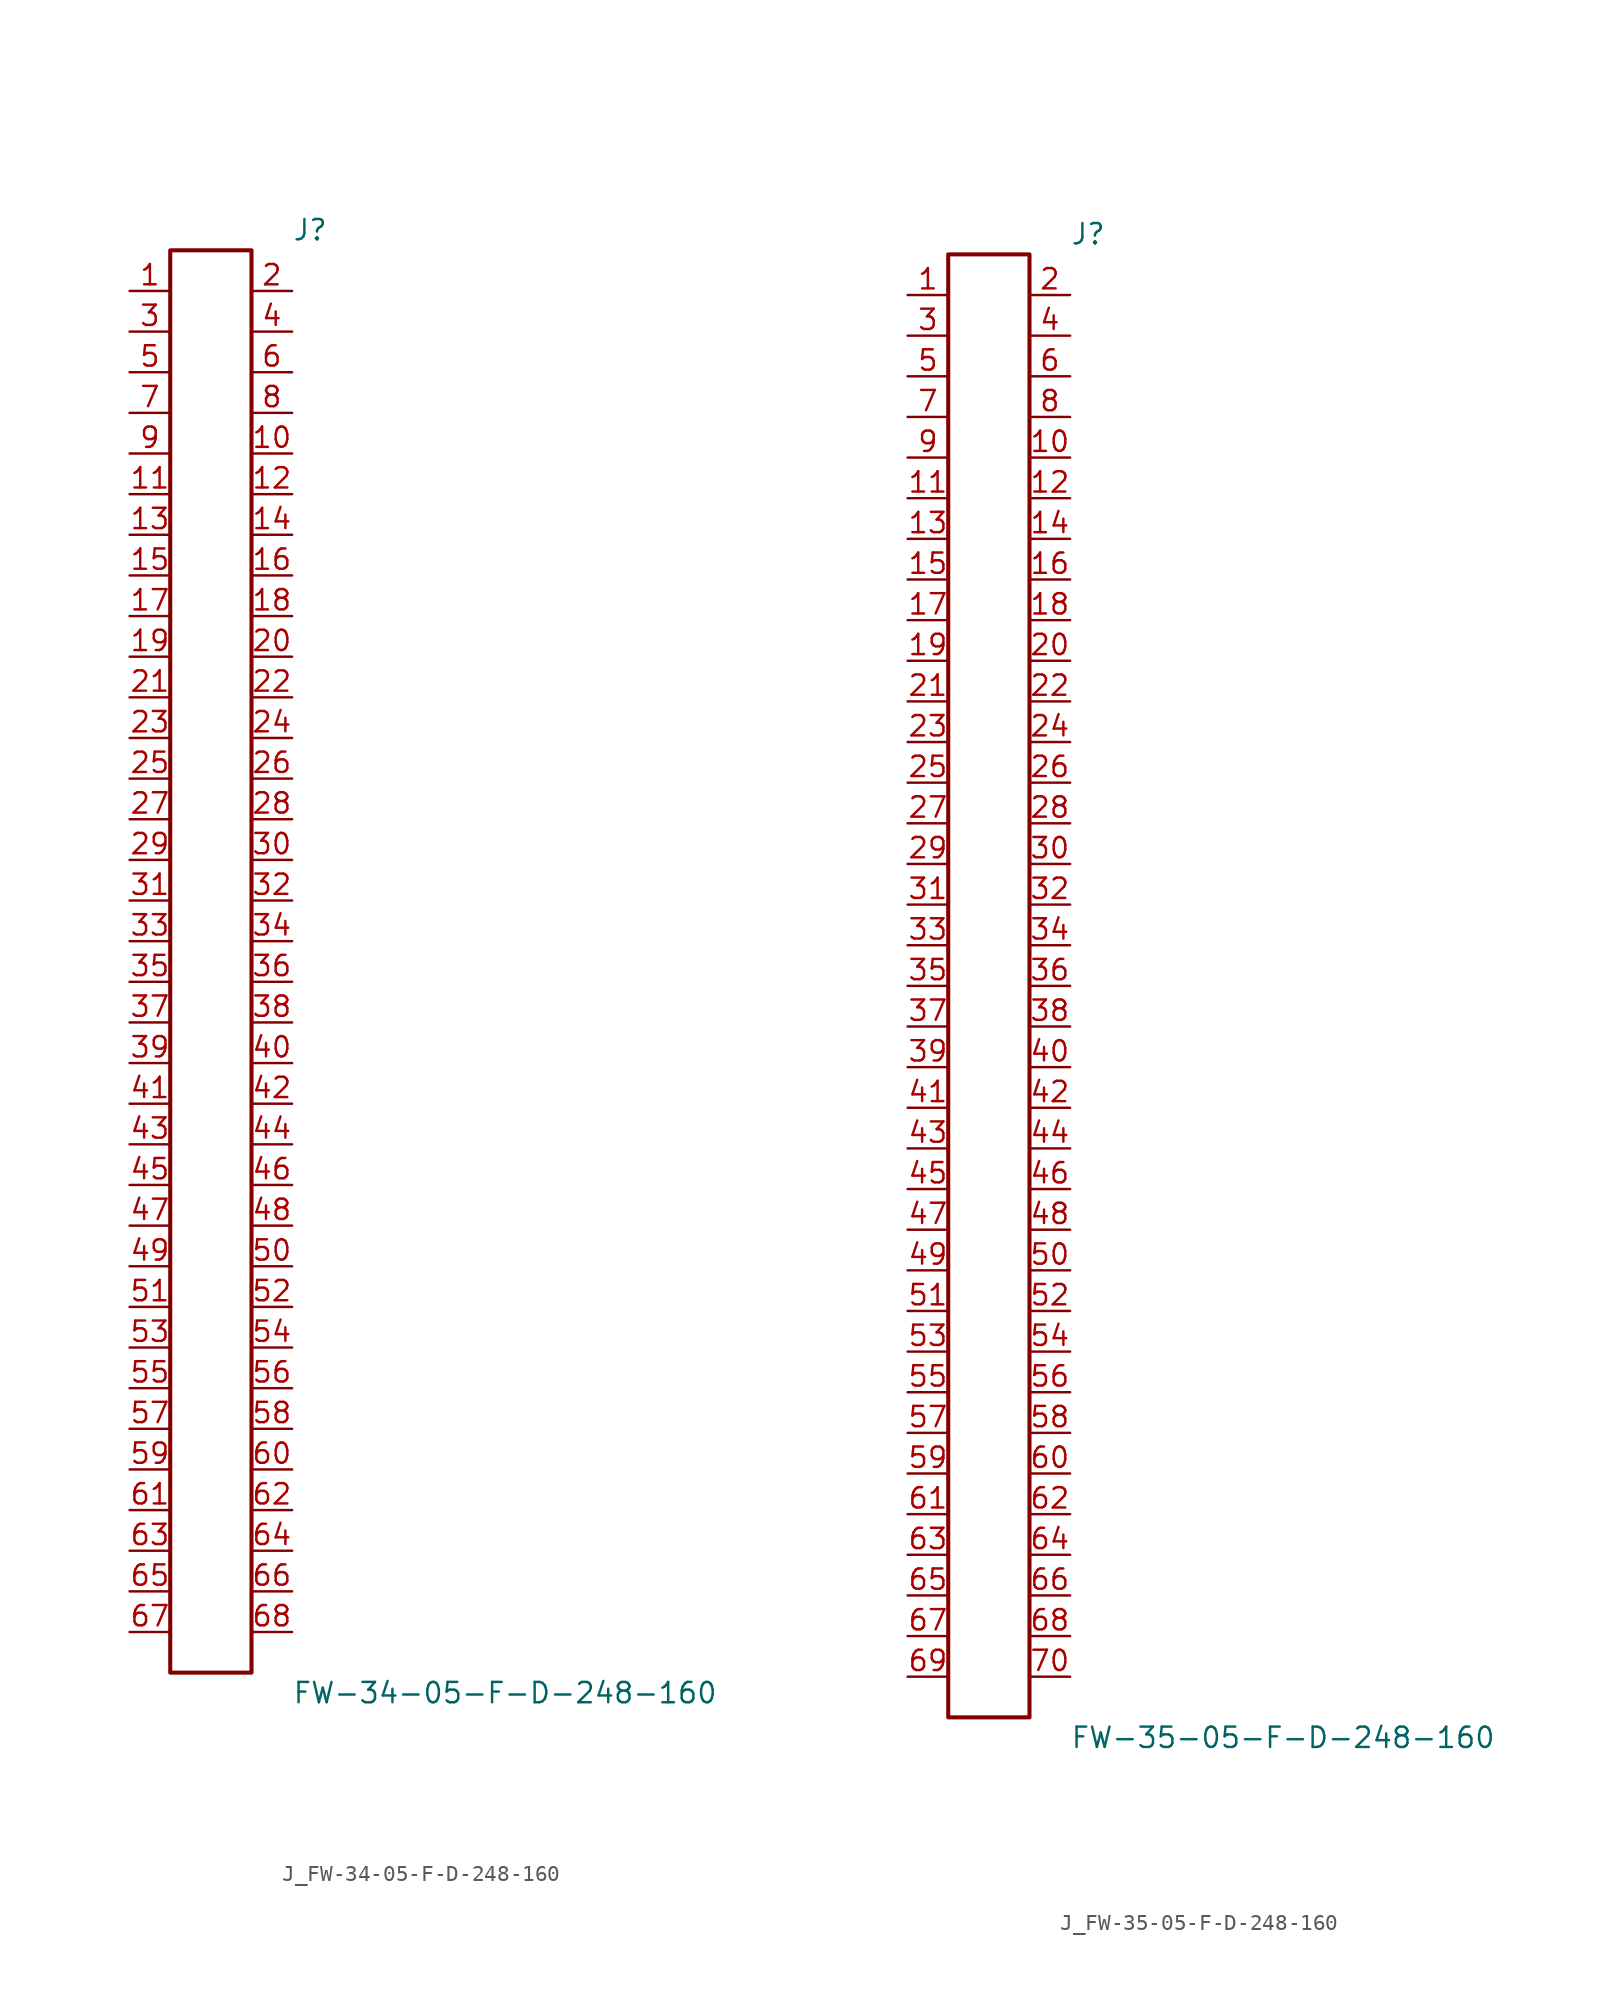
<source format=kicad_sym>
(kicad_symbol_lib
  (version 20231120)
  (generator kicad_symbol_editor)
  (generator_version 8.0)
  (symbol "J_FW-34-05-F-D-248-160"
    (pin_names
      (offset 0.254))
    (property "Reference" "J"
      (at 5.08 45.72 0)
      (effects (font (size 1.27 1.27)) (justify left)))
    (property "Value" "FW-34-05-F-D-248-160"
      (at 5.08 -45.72 0)
      (effects (font (size 1.27 1.27)) (justify left)))
    (symbol "J_FW-34-05-F-D-248-160_0_0"
      (pin passive line (at -5.08 41.91 0) (length 2.54) (name "" (effects (font (size 1.27 1.27)))) (number "1" (effects (font (size 1.27 1.27)))))
      (pin passive line (at 5.08 41.91 180) (length 2.54) (name "" (effects (font (size 1.27 1.27)))) (number "2" (effects (font (size 1.27 1.27)))))
      (pin passive line (at -5.08 39.37 0) (length 2.54) (name "" (effects (font (size 1.27 1.27)))) (number "3" (effects (font (size 1.27 1.27)))))
      (pin passive line (at 5.08 39.37 180) (length 2.54) (name "" (effects (font (size 1.27 1.27)))) (number "4" (effects (font (size 1.27 1.27)))))
      (pin passive line (at -5.08 36.83 0) (length 2.54) (name "" (effects (font (size 1.27 1.27)))) (number "5" (effects (font (size 1.27 1.27)))))
      (pin passive line (at 5.08 36.83 180) (length 2.54) (name "" (effects (font (size 1.27 1.27)))) (number "6" (effects (font (size 1.27 1.27)))))
      (pin passive line (at -5.08 34.29 0) (length 2.54) (name "" (effects (font (size 1.27 1.27)))) (number "7" (effects (font (size 1.27 1.27)))))
      (pin passive line (at 5.08 34.29 180) (length 2.54) (name "" (effects (font (size 1.27 1.27)))) (number "8" (effects (font (size 1.27 1.27)))))
      (pin passive line (at -5.08 31.75 0) (length 2.54) (name "" (effects (font (size 1.27 1.27)))) (number "9" (effects (font (size 1.27 1.27)))))
      (pin passive line (at 5.08 31.75 180) (length 2.54) (name "" (effects (font (size 1.27 1.27)))) (number "10" (effects (font (size 1.27 1.27)))))
      (pin passive line (at -5.08 29.21 0) (length 2.54) (name "" (effects (font (size 1.27 1.27)))) (number "11" (effects (font (size 1.27 1.27)))))
      (pin passive line (at 5.08 29.21 180) (length 2.54) (name "" (effects (font (size 1.27 1.27)))) (number "12" (effects (font (size 1.27 1.27)))))
      (pin passive line (at -5.08 26.67 0) (length 2.54) (name "" (effects (font (size 1.27 1.27)))) (number "13" (effects (font (size 1.27 1.27)))))
      (pin passive line (at 5.08 26.67 180) (length 2.54) (name "" (effects (font (size 1.27 1.27)))) (number "14" (effects (font (size 1.27 1.27)))))
      (pin passive line (at -5.08 24.13 0) (length 2.54) (name "" (effects (font (size 1.27 1.27)))) (number "15" (effects (font (size 1.27 1.27)))))
      (pin passive line (at 5.08 24.13 180) (length 2.54) (name "" (effects (font (size 1.27 1.27)))) (number "16" (effects (font (size 1.27 1.27)))))
      (pin passive line (at -5.08 21.59 0) (length 2.54) (name "" (effects (font (size 1.27 1.27)))) (number "17" (effects (font (size 1.27 1.27)))))
      (pin passive line (at 5.08 21.59 180) (length 2.54) (name "" (effects (font (size 1.27 1.27)))) (number "18" (effects (font (size 1.27 1.27)))))
      (pin passive line (at -5.08 19.05 0) (length 2.54) (name "" (effects (font (size 1.27 1.27)))) (number "19" (effects (font (size 1.27 1.27)))))
      (pin passive line (at 5.08 19.05 180) (length 2.54) (name "" (effects (font (size 1.27 1.27)))) (number "20" (effects (font (size 1.27 1.27)))))
      (pin passive line (at -5.08 16.51 0) (length 2.54) (name "" (effects (font (size 1.27 1.27)))) (number "21" (effects (font (size 1.27 1.27)))))
      (pin passive line (at 5.08 16.51 180) (length 2.54) (name "" (effects (font (size 1.27 1.27)))) (number "22" (effects (font (size 1.27 1.27)))))
      (pin passive line (at -5.08 13.97 0) (length 2.54) (name "" (effects (font (size 1.27 1.27)))) (number "23" (effects (font (size 1.27 1.27)))))
      (pin passive line (at 5.08 13.97 180) (length 2.54) (name "" (effects (font (size 1.27 1.27)))) (number "24" (effects (font (size 1.27 1.27)))))
      (pin passive line (at -5.08 11.43 0) (length 2.54) (name "" (effects (font (size 1.27 1.27)))) (number "25" (effects (font (size 1.27 1.27)))))
      (pin passive line (at 5.08 11.43 180) (length 2.54) (name "" (effects (font (size 1.27 1.27)))) (number "26" (effects (font (size 1.27 1.27)))))
      (pin passive line (at -5.08 8.89 0) (length 2.54) (name "" (effects (font (size 1.27 1.27)))) (number "27" (effects (font (size 1.27 1.27)))))
      (pin passive line (at 5.08 8.89 180) (length 2.54) (name "" (effects (font (size 1.27 1.27)))) (number "28" (effects (font (size 1.27 1.27)))))
      (pin passive line (at -5.08 6.35 0) (length 2.54) (name "" (effects (font (size 1.27 1.27)))) (number "29" (effects (font (size 1.27 1.27)))))
      (pin passive line (at 5.08 6.35 180) (length 2.54) (name "" (effects (font (size 1.27 1.27)))) (number "30" (effects (font (size 1.27 1.27)))))
      (pin passive line (at -5.08 3.81 0) (length 2.54) (name "" (effects (font (size 1.27 1.27)))) (number "31" (effects (font (size 1.27 1.27)))))
      (pin passive line (at 5.08 3.81 180) (length 2.54) (name "" (effects (font (size 1.27 1.27)))) (number "32" (effects (font (size 1.27 1.27)))))
      (pin passive line (at -5.08 1.27 0) (length 2.54) (name "" (effects (font (size 1.27 1.27)))) (number "33" (effects (font (size 1.27 1.27)))))
      (pin passive line (at 5.08 1.27 180) (length 2.54) (name "" (effects (font (size 1.27 1.27)))) (number "34" (effects (font (size 1.27 1.27)))))
      (pin passive line (at -5.08 -1.27 0) (length 2.54) (name "" (effects (font (size 1.27 1.27)))) (number "35" (effects (font (size 1.27 1.27)))))
      (pin passive line (at 5.08 -1.27 180) (length 2.54) (name "" (effects (font (size 1.27 1.27)))) (number "36" (effects (font (size 1.27 1.27)))))
      (pin passive line (at -5.08 -3.81 0) (length 2.54) (name "" (effects (font (size 1.27 1.27)))) (number "37" (effects (font (size 1.27 1.27)))))
      (pin passive line (at 5.08 -3.81 180) (length 2.54) (name "" (effects (font (size 1.27 1.27)))) (number "38" (effects (font (size 1.27 1.27)))))
      (pin passive line (at -5.08 -6.35 0) (length 2.54) (name "" (effects (font (size 1.27 1.27)))) (number "39" (effects (font (size 1.27 1.27)))))
      (pin passive line (at 5.08 -6.35 180) (length 2.54) (name "" (effects (font (size 1.27 1.27)))) (number "40" (effects (font (size 1.27 1.27)))))
      (pin passive line (at -5.08 -8.89 0) (length 2.54) (name "" (effects (font (size 1.27 1.27)))) (number "41" (effects (font (size 1.27 1.27)))))
      (pin passive line (at 5.08 -8.89 180) (length 2.54) (name "" (effects (font (size 1.27 1.27)))) (number "42" (effects (font (size 1.27 1.27)))))
      (pin passive line (at -5.08 -11.43 0) (length 2.54) (name "" (effects (font (size 1.27 1.27)))) (number "43" (effects (font (size 1.27 1.27)))))
      (pin passive line (at 5.08 -11.43 180) (length 2.54) (name "" (effects (font (size 1.27 1.27)))) (number "44" (effects (font (size 1.27 1.27)))))
      (pin passive line (at -5.08 -13.97 0) (length 2.54) (name "" (effects (font (size 1.27 1.27)))) (number "45" (effects (font (size 1.27 1.27)))))
      (pin passive line (at 5.08 -13.97 180) (length 2.54) (name "" (effects (font (size 1.27 1.27)))) (number "46" (effects (font (size 1.27 1.27)))))
      (pin passive line (at -5.08 -16.51 0) (length 2.54) (name "" (effects (font (size 1.27 1.27)))) (number "47" (effects (font (size 1.27 1.27)))))
      (pin passive line (at 5.08 -16.51 180) (length 2.54) (name "" (effects (font (size 1.27 1.27)))) (number "48" (effects (font (size 1.27 1.27)))))
      (pin passive line (at -5.08 -19.05 0) (length 2.54) (name "" (effects (font (size 1.27 1.27)))) (number "49" (effects (font (size 1.27 1.27)))))
      (pin passive line (at 5.08 -19.05 180) (length 2.54) (name "" (effects (font (size 1.27 1.27)))) (number "50" (effects (font (size 1.27 1.27)))))
      (pin passive line (at -5.08 -21.59 0) (length 2.54) (name "" (effects (font (size 1.27 1.27)))) (number "51" (effects (font (size 1.27 1.27)))))
      (pin passive line (at 5.08 -21.59 180) (length 2.54) (name "" (effects (font (size 1.27 1.27)))) (number "52" (effects (font (size 1.27 1.27)))))
      (pin passive line (at -5.08 -24.13 0) (length 2.54) (name "" (effects (font (size 1.27 1.27)))) (number "53" (effects (font (size 1.27 1.27)))))
      (pin passive line (at 5.08 -24.13 180) (length 2.54) (name "" (effects (font (size 1.27 1.27)))) (number "54" (effects (font (size 1.27 1.27)))))
      (pin passive line (at -5.08 -26.67 0) (length 2.54) (name "" (effects (font (size 1.27 1.27)))) (number "55" (effects (font (size 1.27 1.27)))))
      (pin passive line (at 5.08 -26.67 180) (length 2.54) (name "" (effects (font (size 1.27 1.27)))) (number "56" (effects (font (size 1.27 1.27)))))
      (pin passive line (at -5.08 -29.21 0) (length 2.54) (name "" (effects (font (size 1.27 1.27)))) (number "57" (effects (font (size 1.27 1.27)))))
      (pin passive line (at 5.08 -29.21 180) (length 2.54) (name "" (effects (font (size 1.27 1.27)))) (number "58" (effects (font (size 1.27 1.27)))))
      (pin passive line (at -5.08 -31.75 0) (length 2.54) (name "" (effects (font (size 1.27 1.27)))) (number "59" (effects (font (size 1.27 1.27)))))
      (pin passive line (at 5.08 -31.75 180) (length 2.54) (name "" (effects (font (size 1.27 1.27)))) (number "60" (effects (font (size 1.27 1.27)))))
      (pin passive line (at -5.08 -34.29 0) (length 2.54) (name "" (effects (font (size 1.27 1.27)))) (number "61" (effects (font (size 1.27 1.27)))))
      (pin passive line (at 5.08 -34.29 180) (length 2.54) (name "" (effects (font (size 1.27 1.27)))) (number "62" (effects (font (size 1.27 1.27)))))
      (pin passive line (at -5.08 -36.83 0) (length 2.54) (name "" (effects (font (size 1.27 1.27)))) (number "63" (effects (font (size 1.27 1.27)))))
      (pin passive line (at 5.08 -36.83 180) (length 2.54) (name "" (effects (font (size 1.27 1.27)))) (number "64" (effects (font (size 1.27 1.27)))))
      (pin passive line (at -5.08 -39.37 0) (length 2.54) (name "" (effects (font (size 1.27 1.27)))) (number "65" (effects (font (size 1.27 1.27)))))
      (pin passive line (at 5.08 -39.37 180) (length 2.54) (name "" (effects (font (size 1.27 1.27)))) (number "66" (effects (font (size 1.27 1.27)))))
      (pin passive line (at -5.08 -41.91 0) (length 2.54) (name "" (effects (font (size 1.27 1.27)))) (number "67" (effects (font (size 1.27 1.27)))))
      (pin passive line (at 5.08 -41.91 180) (length 2.54) (name "" (effects (font (size 1.27 1.27)))) (number "68" (effects (font (size 1.27 1.27))))))
    (symbol "J_FW-34-05-F-D-248-160_1_0"
      (rectangle (start -2.54 44.45) (end 2.54 -44.45) (stroke (width 0.254) (type solid)) (fill (type none)))))
  (symbol "J_FW-35-05-F-D-248-160"
    (pin_names
      (offset 0.254))
    (property "Reference" "J"
      (at 5.08 46.99 0)
      (effects (font (size 1.27 1.27)) (justify left)))
    (property "Value" "FW-35-05-F-D-248-160"
      (at 5.08 -46.99 0)
      (effects (font (size 1.27 1.27)) (justify left)))
    (symbol "J_FW-35-05-F-D-248-160_0_0"
      (pin passive line (at -5.08 43.18 0) (length 2.54) (name "" (effects (font (size 1.27 1.27)))) (number "1" (effects (font (size 1.27 1.27)))))
      (pin passive line (at 5.08 43.18 180) (length 2.54) (name "" (effects (font (size 1.27 1.27)))) (number "2" (effects (font (size 1.27 1.27)))))
      (pin passive line (at -5.08 40.64 0) (length 2.54) (name "" (effects (font (size 1.27 1.27)))) (number "3" (effects (font (size 1.27 1.27)))))
      (pin passive line (at 5.08 40.64 180) (length 2.54) (name "" (effects (font (size 1.27 1.27)))) (number "4" (effects (font (size 1.27 1.27)))))
      (pin passive line (at -5.08 38.1 0) (length 2.54) (name "" (effects (font (size 1.27 1.27)))) (number "5" (effects (font (size 1.27 1.27)))))
      (pin passive line (at 5.08 38.1 180) (length 2.54) (name "" (effects (font (size 1.27 1.27)))) (number "6" (effects (font (size 1.27 1.27)))))
      (pin passive line (at -5.08 35.56 0) (length 2.54) (name "" (effects (font (size 1.27 1.27)))) (number "7" (effects (font (size 1.27 1.27)))))
      (pin passive line (at 5.08 35.56 180) (length 2.54) (name "" (effects (font (size 1.27 1.27)))) (number "8" (effects (font (size 1.27 1.27)))))
      (pin passive line (at -5.08 33.02 0) (length 2.54) (name "" (effects (font (size 1.27 1.27)))) (number "9" (effects (font (size 1.27 1.27)))))
      (pin passive line (at 5.08 33.02 180) (length 2.54) (name "" (effects (font (size 1.27 1.27)))) (number "10" (effects (font (size 1.27 1.27)))))
      (pin passive line (at -5.08 30.48 0) (length 2.54) (name "" (effects (font (size 1.27 1.27)))) (number "11" (effects (font (size 1.27 1.27)))))
      (pin passive line (at 5.08 30.48 180) (length 2.54) (name "" (effects (font (size 1.27 1.27)))) (number "12" (effects (font (size 1.27 1.27)))))
      (pin passive line (at -5.08 27.94 0) (length 2.54) (name "" (effects (font (size 1.27 1.27)))) (number "13" (effects (font (size 1.27 1.27)))))
      (pin passive line (at 5.08 27.94 180) (length 2.54) (name "" (effects (font (size 1.27 1.27)))) (number "14" (effects (font (size 1.27 1.27)))))
      (pin passive line (at -5.08 25.4 0) (length 2.54) (name "" (effects (font (size 1.27 1.27)))) (number "15" (effects (font (size 1.27 1.27)))))
      (pin passive line (at 5.08 25.4 180) (length 2.54) (name "" (effects (font (size 1.27 1.27)))) (number "16" (effects (font (size 1.27 1.27)))))
      (pin passive line (at -5.08 22.86 0) (length 2.54) (name "" (effects (font (size 1.27 1.27)))) (number "17" (effects (font (size 1.27 1.27)))))
      (pin passive line (at 5.08 22.86 180) (length 2.54) (name "" (effects (font (size 1.27 1.27)))) (number "18" (effects (font (size 1.27 1.27)))))
      (pin passive line (at -5.08 20.32 0) (length 2.54) (name "" (effects (font (size 1.27 1.27)))) (number "19" (effects (font (size 1.27 1.27)))))
      (pin passive line (at 5.08 20.32 180) (length 2.54) (name "" (effects (font (size 1.27 1.27)))) (number "20" (effects (font (size 1.27 1.27)))))
      (pin passive line (at -5.08 17.78 0) (length 2.54) (name "" (effects (font (size 1.27 1.27)))) (number "21" (effects (font (size 1.27 1.27)))))
      (pin passive line (at 5.08 17.78 180) (length 2.54) (name "" (effects (font (size 1.27 1.27)))) (number "22" (effects (font (size 1.27 1.27)))))
      (pin passive line (at -5.08 15.24 0) (length 2.54) (name "" (effects (font (size 1.27 1.27)))) (number "23" (effects (font (size 1.27 1.27)))))
      (pin passive line (at 5.08 15.24 180) (length 2.54) (name "" (effects (font (size 1.27 1.27)))) (number "24" (effects (font (size 1.27 1.27)))))
      (pin passive line (at -5.08 12.7 0) (length 2.54) (name "" (effects (font (size 1.27 1.27)))) (number "25" (effects (font (size 1.27 1.27)))))
      (pin passive line (at 5.08 12.7 180) (length 2.54) (name "" (effects (font (size 1.27 1.27)))) (number "26" (effects (font (size 1.27 1.27)))))
      (pin passive line (at -5.08 10.16 0) (length 2.54) (name "" (effects (font (size 1.27 1.27)))) (number "27" (effects (font (size 1.27 1.27)))))
      (pin passive line (at 5.08 10.16 180) (length 2.54) (name "" (effects (font (size 1.27 1.27)))) (number "28" (effects (font (size 1.27 1.27)))))
      (pin passive line (at -5.08 7.62 0) (length 2.54) (name "" (effects (font (size 1.27 1.27)))) (number "29" (effects (font (size 1.27 1.27)))))
      (pin passive line (at 5.08 7.62 180) (length 2.54) (name "" (effects (font (size 1.27 1.27)))) (number "30" (effects (font (size 1.27 1.27)))))
      (pin passive line (at -5.08 5.08 0) (length 2.54) (name "" (effects (font (size 1.27 1.27)))) (number "31" (effects (font (size 1.27 1.27)))))
      (pin passive line (at 5.08 5.08 180) (length 2.54) (name "" (effects (font (size 1.27 1.27)))) (number "32" (effects (font (size 1.27 1.27)))))
      (pin passive line (at -5.08 2.54 0) (length 2.54) (name "" (effects (font (size 1.27 1.27)))) (number "33" (effects (font (size 1.27 1.27)))))
      (pin passive line (at 5.08 2.54 180) (length 2.54) (name "" (effects (font (size 1.27 1.27)))) (number "34" (effects (font (size 1.27 1.27)))))
      (pin passive line (at -5.08 0.0 0) (length 2.54) (name "" (effects (font (size 1.27 1.27)))) (number "35" (effects (font (size 1.27 1.27)))))
      (pin passive line (at 5.08 0.0 180) (length 2.54) (name "" (effects (font (size 1.27 1.27)))) (number "36" (effects (font (size 1.27 1.27)))))
      (pin passive line (at -5.08 -2.54 0) (length 2.54) (name "" (effects (font (size 1.27 1.27)))) (number "37" (effects (font (size 1.27 1.27)))))
      (pin passive line (at 5.08 -2.54 180) (length 2.54) (name "" (effects (font (size 1.27 1.27)))) (number "38" (effects (font (size 1.27 1.27)))))
      (pin passive line (at -5.08 -5.08 0) (length 2.54) (name "" (effects (font (size 1.27 1.27)))) (number "39" (effects (font (size 1.27 1.27)))))
      (pin passive line (at 5.08 -5.08 180) (length 2.54) (name "" (effects (font (size 1.27 1.27)))) (number "40" (effects (font (size 1.27 1.27)))))
      (pin passive line (at -5.08 -7.62 0) (length 2.54) (name "" (effects (font (size 1.27 1.27)))) (number "41" (effects (font (size 1.27 1.27)))))
      (pin passive line (at 5.08 -7.62 180) (length 2.54) (name "" (effects (font (size 1.27 1.27)))) (number "42" (effects (font (size 1.27 1.27)))))
      (pin passive line (at -5.08 -10.16 0) (length 2.54) (name "" (effects (font (size 1.27 1.27)))) (number "43" (effects (font (size 1.27 1.27)))))
      (pin passive line (at 5.08 -10.16 180) (length 2.54) (name "" (effects (font (size 1.27 1.27)))) (number "44" (effects (font (size 1.27 1.27)))))
      (pin passive line (at -5.08 -12.7 0) (length 2.54) (name "" (effects (font (size 1.27 1.27)))) (number "45" (effects (font (size 1.27 1.27)))))
      (pin passive line (at 5.08 -12.7 180) (length 2.54) (name "" (effects (font (size 1.27 1.27)))) (number "46" (effects (font (size 1.27 1.27)))))
      (pin passive line (at -5.08 -15.24 0) (length 2.54) (name "" (effects (font (size 1.27 1.27)))) (number "47" (effects (font (size 1.27 1.27)))))
      (pin passive line (at 5.08 -15.24 180) (length 2.54) (name "" (effects (font (size 1.27 1.27)))) (number "48" (effects (font (size 1.27 1.27)))))
      (pin passive line (at -5.08 -17.78 0) (length 2.54) (name "" (effects (font (size 1.27 1.27)))) (number "49" (effects (font (size 1.27 1.27)))))
      (pin passive line (at 5.08 -17.78 180) (length 2.54) (name "" (effects (font (size 1.27 1.27)))) (number "50" (effects (font (size 1.27 1.27)))))
      (pin passive line (at -5.08 -20.32 0) (length 2.54) (name "" (effects (font (size 1.27 1.27)))) (number "51" (effects (font (size 1.27 1.27)))))
      (pin passive line (at 5.08 -20.32 180) (length 2.54) (name "" (effects (font (size 1.27 1.27)))) (number "52" (effects (font (size 1.27 1.27)))))
      (pin passive line (at -5.08 -22.86 0) (length 2.54) (name "" (effects (font (size 1.27 1.27)))) (number "53" (effects (font (size 1.27 1.27)))))
      (pin passive line (at 5.08 -22.86 180) (length 2.54) (name "" (effects (font (size 1.27 1.27)))) (number "54" (effects (font (size 1.27 1.27)))))
      (pin passive line (at -5.08 -25.4 0) (length 2.54) (name "" (effects (font (size 1.27 1.27)))) (number "55" (effects (font (size 1.27 1.27)))))
      (pin passive line (at 5.08 -25.4 180) (length 2.54) (name "" (effects (font (size 1.27 1.27)))) (number "56" (effects (font (size 1.27 1.27)))))
      (pin passive line (at -5.08 -27.94 0) (length 2.54) (name "" (effects (font (size 1.27 1.27)))) (number "57" (effects (font (size 1.27 1.27)))))
      (pin passive line (at 5.08 -27.94 180) (length 2.54) (name "" (effects (font (size 1.27 1.27)))) (number "58" (effects (font (size 1.27 1.27)))))
      (pin passive line (at -5.08 -30.48 0) (length 2.54) (name "" (effects (font (size 1.27 1.27)))) (number "59" (effects (font (size 1.27 1.27)))))
      (pin passive line (at 5.08 -30.48 180) (length 2.54) (name "" (effects (font (size 1.27 1.27)))) (number "60" (effects (font (size 1.27 1.27)))))
      (pin passive line (at -5.08 -33.02 0) (length 2.54) (name "" (effects (font (size 1.27 1.27)))) (number "61" (effects (font (size 1.27 1.27)))))
      (pin passive line (at 5.08 -33.02 180) (length 2.54) (name "" (effects (font (size 1.27 1.27)))) (number "62" (effects (font (size 1.27 1.27)))))
      (pin passive line (at -5.08 -35.56 0) (length 2.54) (name "" (effects (font (size 1.27 1.27)))) (number "63" (effects (font (size 1.27 1.27)))))
      (pin passive line (at 5.08 -35.56 180) (length 2.54) (name "" (effects (font (size 1.27 1.27)))) (number "64" (effects (font (size 1.27 1.27)))))
      (pin passive line (at -5.08 -38.1 0) (length 2.54) (name "" (effects (font (size 1.27 1.27)))) (number "65" (effects (font (size 1.27 1.27)))))
      (pin passive line (at 5.08 -38.1 180) (length 2.54) (name "" (effects (font (size 1.27 1.27)))) (number "66" (effects (font (size 1.27 1.27)))))
      (pin passive line (at -5.08 -40.64 0) (length 2.54) (name "" (effects (font (size 1.27 1.27)))) (number "67" (effects (font (size 1.27 1.27)))))
      (pin passive line (at 5.08 -40.64 180) (length 2.54) (name "" (effects (font (size 1.27 1.27)))) (number "68" (effects (font (size 1.27 1.27)))))
      (pin passive line (at -5.08 -43.18 0) (length 2.54) (name "" (effects (font (size 1.27 1.27)))) (number "69" (effects (font (size 1.27 1.27)))))
      (pin passive line (at 5.08 -43.18 180) (length 2.54) (name "" (effects (font (size 1.27 1.27)))) (number "70" (effects (font (size 1.27 1.27))))))
    (symbol "J_FW-35-05-F-D-248-160_1_0"
      (rectangle (start -2.54 45.72) (end 2.54 -45.72) (stroke (width 0.254) (type solid)) (fill (type none))))))
</source>
